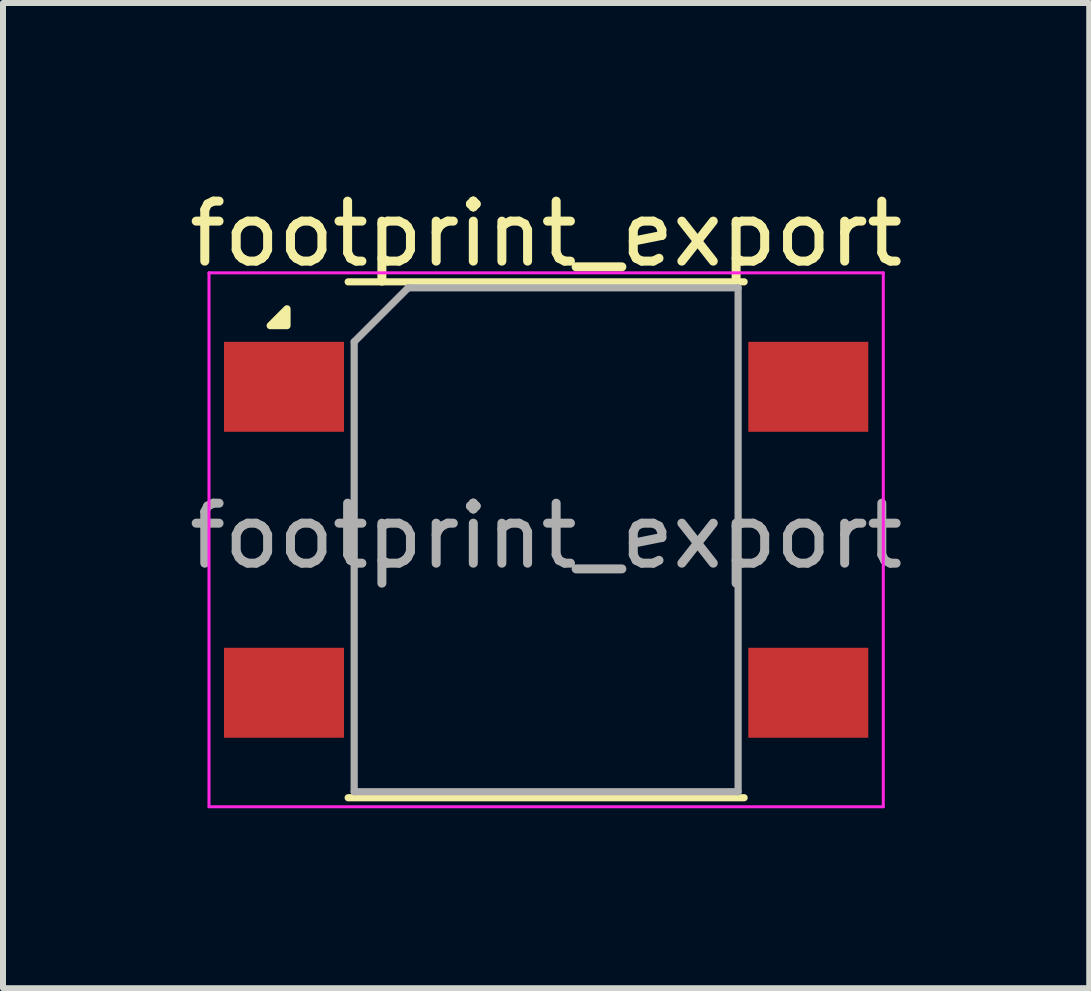
<source format=kicad_pcb>
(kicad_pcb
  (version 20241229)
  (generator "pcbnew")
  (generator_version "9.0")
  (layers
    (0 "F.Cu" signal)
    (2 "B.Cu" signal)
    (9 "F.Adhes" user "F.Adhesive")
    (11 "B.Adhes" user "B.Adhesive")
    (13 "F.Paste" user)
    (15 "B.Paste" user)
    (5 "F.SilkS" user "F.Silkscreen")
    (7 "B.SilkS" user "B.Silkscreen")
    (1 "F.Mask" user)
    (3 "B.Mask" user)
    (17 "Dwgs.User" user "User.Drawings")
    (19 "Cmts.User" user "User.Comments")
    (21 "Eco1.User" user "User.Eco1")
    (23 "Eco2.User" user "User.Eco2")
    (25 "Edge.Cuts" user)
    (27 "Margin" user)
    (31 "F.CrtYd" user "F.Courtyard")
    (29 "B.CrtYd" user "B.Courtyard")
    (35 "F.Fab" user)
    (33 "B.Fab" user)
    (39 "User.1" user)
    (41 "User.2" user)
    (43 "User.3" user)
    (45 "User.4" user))
  (footprint "footprint_export"
    (layer "F.Cu")
    (at 6.054 5.948)
    (property "Reference" "footprint_export" (at 0 -5.1 0) (layer "F.SilkS") (effects (font (size 1 1) (thickness 0.15))))
    (attr smd)
    (fp_line (start -3.3 -4.3) (end 3.3 -4.3) (stroke (width 0.12) (type solid)) (layer "F.SilkS"))
    (fp_line (start -3.3 4.3) (end 3.3 4.3) (stroke (width 0.12) (type solid)) (layer "F.SilkS"))
    (fp_poly (pts (xy -4.32 -3.57) (xy -4.6 -3.57) (xy -4.32 -3.85) (xy -4.32 -3.57)) (stroke (width 0.12) (type solid)) (fill yes) (layer "F.SilkS"))
    (fp_line (start -5.62 -4.45) (end -5.62 4.45) (stroke (width 0.05) (type solid)) (layer "F.CrtYd"))
    (fp_line (start -5.62 -4.45) (end 5.62 -4.45) (stroke (width 0.05) (type solid)) (layer "F.CrtYd"))
    (fp_line (start 5.62 4.45) (end -5.62 4.45) (stroke (width 0.05) (type solid)) (layer "F.CrtYd"))
    (fp_line (start 5.62 4.45) (end 5.62 -4.45) (stroke (width 0.05) (type solid)) (layer "F.CrtYd"))
    (fp_line (start -3.2 -3.3) (end -2.3 -4.2) (stroke (width 0.12) (type solid)) (layer "F.Fab"))
    (fp_line (start -3.2 4.2) (end -3.2 -3.3) (stroke (width 0.12) (type solid)) (layer "F.Fab"))
    (fp_line (start -2.3 -4.2) (end 3.2 -4.2) (stroke (width 0.12) (type solid)) (layer "F.Fab"))
    (fp_line (start 3.2 -4.2) (end 3.2 4.2) (stroke (width 0.12) (type solid)) (layer "F.Fab"))
    (fp_line (start 3.2 4.2) (end -3.2 4.2) (stroke (width 0.12) (type solid)) (layer "F.Fab"))
    (fp_text user "${REFERENCE}" (at 0 -0.065 0) (layer "F.Fab") (effects (font (size 1 1) (thickness 0.15))))
    (pad "1" smd rect (at -4.37 -2.55) (size 2 1.5) (layers "F.Cu" "F.Mask" "F.Paste"))
    (pad "2" smd rect (at -4.37 2.55) (size 2 1.5) (layers "F.Cu" "F.Mask" "F.Paste"))
    (pad "3" smd rect (at 4.37 2.55) (size 2 1.5) (layers "F.Cu" "F.Mask" "F.Paste"))
    (pad "4" smd rect (at 4.37 -2.55) (size 2 1.5) (layers "F.Cu" "F.Mask" "F.Paste")))
  (gr_rect
    (start -3 -3)
    (end 15.107 13.423)
    (stroke (width 0.1) (type default))
    (fill no)
    (layer "Edge.Cuts")))
</source>
